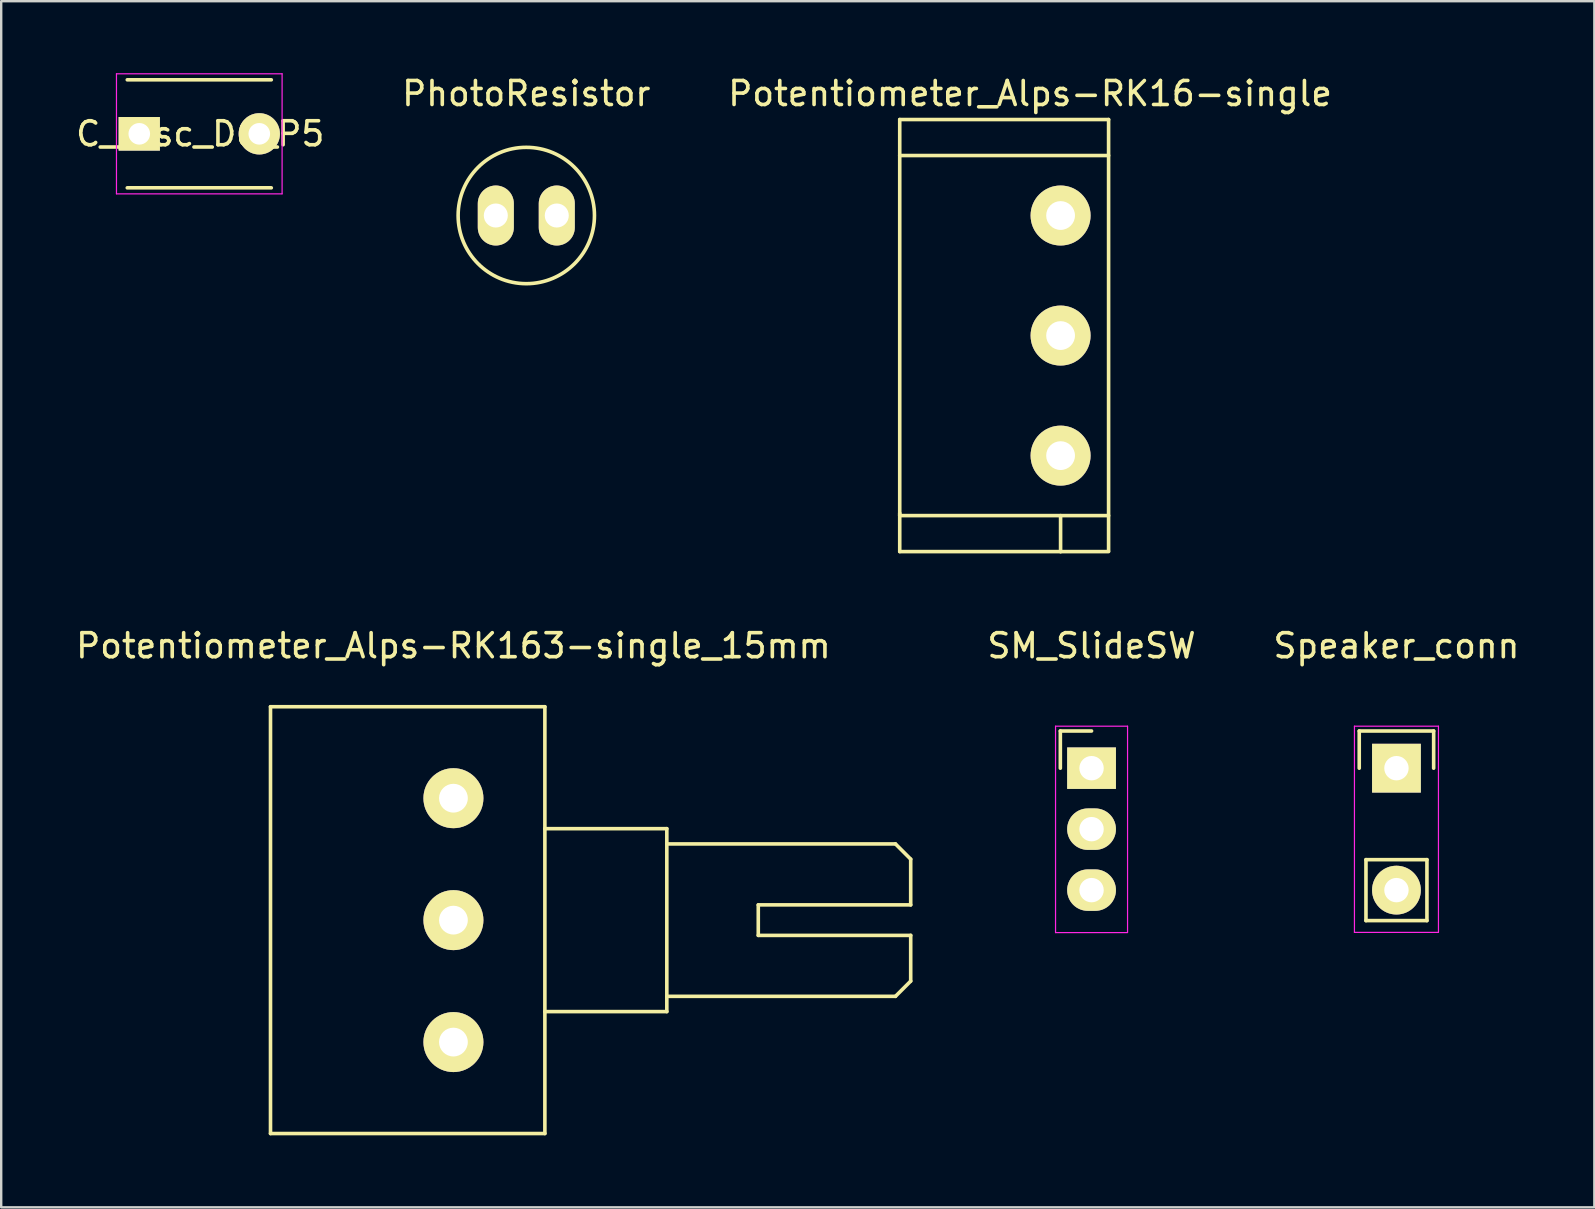
<source format=kicad_pcb>
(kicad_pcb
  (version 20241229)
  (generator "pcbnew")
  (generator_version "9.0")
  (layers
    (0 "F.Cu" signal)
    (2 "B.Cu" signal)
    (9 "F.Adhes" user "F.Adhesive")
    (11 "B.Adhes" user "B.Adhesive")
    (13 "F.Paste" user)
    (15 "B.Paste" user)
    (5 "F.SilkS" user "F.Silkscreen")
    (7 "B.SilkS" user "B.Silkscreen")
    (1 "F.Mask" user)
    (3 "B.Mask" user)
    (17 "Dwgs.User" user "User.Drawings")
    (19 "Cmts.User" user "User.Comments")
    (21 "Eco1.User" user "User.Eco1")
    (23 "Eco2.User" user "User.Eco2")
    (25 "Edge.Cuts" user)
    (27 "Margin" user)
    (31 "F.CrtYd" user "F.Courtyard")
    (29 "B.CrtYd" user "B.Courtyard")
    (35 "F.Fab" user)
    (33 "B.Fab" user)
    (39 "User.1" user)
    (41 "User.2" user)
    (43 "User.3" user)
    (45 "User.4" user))
  (footprint "Potentiometer_Alps-RK163-single_15mm"
    (layer "F.Cu")
    (at 15.839 40.362)
    (property "Reference" "Potentiometer_Alps-RK163-single_15mm" (at 0 -16.51 0) (layer "F.SilkS") (effects (font (size 1 1) (thickness 0.15))))
    (attr through_hole)
    (fp_line (start -7.62 -13.97) (end 3.81 -13.97) (stroke (width 0.15) (type solid)) (layer "F.SilkS"))
    (fp_line (start -7.62 3.81) (end -7.62 -13.97) (stroke (width 0.15) (type solid)) (layer "F.SilkS"))
    (fp_line (start 3.81 -13.97) (end 3.81 3.81) (stroke (width 0.15) (type solid)) (layer "F.SilkS"))
    (fp_line (start 3.81 -8.89) (end 8.89 -8.89) (stroke (width 0.15) (type solid)) (layer "F.SilkS"))
    (fp_line (start 3.81 3.81) (end -7.62 3.81) (stroke (width 0.15) (type solid)) (layer "F.SilkS"))
    (fp_line (start 8.89 -8.89) (end 8.89 -1.27) (stroke (width 0.15) (type solid)) (layer "F.SilkS"))
    (fp_line (start 8.89 -8.255) (end 18.415 -8.255) (stroke (width 0.15) (type solid)) (layer "F.SilkS"))
    (fp_line (start 8.89 -1.27) (end 3.81 -1.27) (stroke (width 0.15) (type solid)) (layer "F.SilkS"))
    (fp_line (start 12.7 -5.715) (end 12.7 -4.445) (stroke (width 0.15) (type solid)) (layer "F.SilkS"))
    (fp_line (start 12.7 -4.445) (end 19.05 -4.445) (stroke (width 0.15) (type solid)) (layer "F.SilkS"))
    (fp_line (start 18.415 -8.255) (end 19.05 -7.62) (stroke (width 0.15) (type solid)) (layer "F.SilkS"))
    (fp_line (start 18.415 -1.905) (end 8.89 -1.905) (stroke (width 0.15) (type solid)) (layer "F.SilkS"))
    (fp_line (start 19.05 -5.715) (end 12.7 -5.715) (stroke (width 0.15) (type solid)) (layer "F.SilkS"))
    (fp_line (start 19.05 -5.715) (end 19.05 -7.62) (stroke (width 0.15) (type solid)) (layer "F.SilkS"))
    (fp_line (start 19.05 -2.54) (end 18.415 -1.905) (stroke (width 0.15) (type solid)) (layer "F.SilkS"))
    (fp_line (start 19.05 -2.54) (end 19.05 -4.445) (stroke (width 0.15) (type solid)) (layer "F.SilkS"))
    (pad "1" thru_hole circle (at 0 0) (size 2.499 2.499) (drill 1.199) (layers "*.Cu" "*.Mask" "F.SilkS"))
    (pad "2" thru_hole circle (at 0 -5.08) (size 2.499 2.499) (drill 1.199) (layers "*.Cu" "*.Mask" "F.SilkS"))
    (pad "3" thru_hole circle (at 0 -10.16) (size 2.499 2.499) (drill 1.199) (layers "*.Cu" "*.Mask" "F.SilkS")))
  (footprint "C_Disc_D6_P5"
    (layer "F.Cu")
    (at 2.752 2.525)
    (property "Reference" "C_Disc_D6_P5" (at 2.54 0 0) (layer "F.SilkS") (effects (font (size 1 1) (thickness 0.15))))
    (attr through_hole)
    (fp_line (start -0.5 -2.25) (end 5.5 -2.25) (stroke (width 0.15) (type solid)) (layer "F.SilkS"))
    (fp_line (start 5.5 2.25) (end -0.5 2.25) (stroke (width 0.15) (type solid)) (layer "F.SilkS"))
    (fp_line (start -0.95 -2.5) (end 5.95 -2.5) (stroke (width 0.05) (type solid)) (layer "F.CrtYd"))
    (fp_line (start -0.95 2.5) (end -0.95 -2.5) (stroke (width 0.05) (type solid)) (layer "F.CrtYd"))
    (fp_line (start 5.95 -2.5) (end 5.95 2.5) (stroke (width 0.05) (type solid)) (layer "F.CrtYd"))
    (fp_line (start 5.95 2.5) (end -0.95 2.5) (stroke (width 0.05) (type solid)) (layer "F.CrtYd"))
    (pad "1" thru_hole rect (at 0 0) (size 1.72 1.4) (drill 0.9) (layers "*.Cu" "*.Mask" "F.SilkS"))
    (pad "2" thru_hole circle (at 5 0) (size 1.72 1.72) (drill 0.9) (layers "*.Cu" "*.Mask" "F.SilkS")))
  (footprint "SM_SlideSW"
    (layer "F.Cu")
    (at 42.423 28.952)
    (property "Reference" "SM_SlideSW" (at 0 -5.1 0) (layer "F.SilkS") (effects (font (size 1 1) (thickness 0.15))))
    (attr through_hole)
    (fp_line (start -1.3 -1.55) (end -1.3 0) (stroke (width 0.15) (type solid)) (layer "F.SilkS"))
    (fp_line (start 0 -1.55) (end -1.3 -1.55) (stroke (width 0.15) (type solid)) (layer "F.SilkS"))
    (fp_line (start -1.5 -1.75) (end -1.5 6.85) (stroke (width 0.05) (type solid)) (layer "F.CrtYd"))
    (fp_line (start -1.5 -1.75) (end 1.5 -1.75) (stroke (width 0.05) (type solid)) (layer "F.CrtYd"))
    (fp_line (start -1.5 6.85) (end 1.5 6.85) (stroke (width 0.05) (type solid)) (layer "F.CrtYd"))
    (fp_line (start 1.5 -1.75) (end 1.5 6.833) (stroke (width 0.05) (type solid)) (layer "F.CrtYd"))
    (pad "1" thru_hole rect (at 0 0) (size 2.032 1.727) (drill 1.016) (layers "*.Cu" "*.Mask" "F.SilkS"))
    (pad "2" thru_hole oval (at 0 2.54) (size 2.032 1.727) (drill 1.016) (layers "*.Cu" "*.Mask" "F.SilkS"))
    (pad "3" thru_hole oval (at 0 5.08) (size 2.032 1.727) (drill 1.016) (layers "*.Cu" "*.Mask" "F.SilkS")))
  (footprint "Speaker_conn"
    (layer "F.Cu")
    (at 55.125 28.952)
    (property "Reference" "Speaker_conn" (at 0 -5.1 0) (layer "F.SilkS") (effects (font (size 1 1) (thickness 0.15))))
    (attr through_hole)
    (fp_line (start -1.55 -1.55) (end 1.55 -1.55) (stroke (width 0.15) (type solid)) (layer "F.SilkS"))
    (fp_line (start -1.55 0) (end -1.55 -1.55) (stroke (width 0.15) (type solid)) (layer "F.SilkS"))
    (fp_line (start -1.27 3.81) (end -1.27 6.35) (stroke (width 0.15) (type solid)) (layer "F.SilkS"))
    (fp_line (start -1.27 6.35) (end 1.27 6.35) (stroke (width 0.15) (type solid)) (layer "F.SilkS"))
    (fp_line (start 1.27 3.81) (end -1.27 3.81) (stroke (width 0.15) (type solid)) (layer "F.SilkS"))
    (fp_line (start 1.27 3.81) (end 1.27 6.35) (stroke (width 0.15) (type solid)) (layer "F.SilkS"))
    (fp_line (start 1.55 -1.55) (end 1.55 0) (stroke (width 0.15) (type solid)) (layer "F.SilkS"))
    (fp_line (start -1.75 -1.75) (end -1.75 6.84) (stroke (width 0.05) (type solid)) (layer "F.CrtYd"))
    (fp_line (start -1.75 -1.75) (end 1.75 -1.75) (stroke (width 0.05) (type solid)) (layer "F.CrtYd"))
    (fp_line (start -1.75 6.84) (end 1.75 6.84) (stroke (width 0.05) (type solid)) (layer "F.CrtYd"))
    (fp_line (start 1.75 -1.75) (end 1.75 6.84) (stroke (width 0.05) (type solid)) (layer "F.CrtYd"))
    (pad "1" thru_hole rect (at 0 0) (size 2.032 2.032) (drill 1.016) (layers "*.Cu" "*.Mask" "F.SilkS"))
    (pad "2" thru_hole oval (at 0 5.08) (size 2.032 2.032) (drill 1.016) (layers "*.Cu" "*.Mask" "F.SilkS")))
  (footprint "Potentiometer_Alps-RK16-single"
    (layer "F.Cu")
    (at 41.133 5.928)
    (property "Reference" "Potentiometer_Alps-RK16-single" (at -1.27 -5.08 0) (layer "F.SilkS") (effects (font (size 1 1) (thickness 0.15))))
    (attr through_hole)
    (fp_line (start -6.701 -3.998) (end -6.701 -2.499) (stroke (width 0.15) (type solid)) (layer "F.SilkS"))
    (fp_line (start -6.701 -2.499) (end -6.701 12.502) (stroke (width 0.15) (type solid)) (layer "F.SilkS"))
    (fp_line (start -6.701 12.502) (end 2 12.502) (stroke (width 0.15) (type solid)) (layer "F.SilkS"))
    (fp_line (start -6.701 14) (end -6.701 12.4) (stroke (width 0.15) (type solid)) (layer "F.SilkS"))
    (fp_line (start 0 14) (end -6.701 14) (stroke (width 0.15) (type solid)) (layer "F.SilkS"))
    (fp_line (start 0 14) (end 0 12.502) (stroke (width 0.15) (type solid)) (layer "F.SilkS"))
    (fp_line (start 2 -3.998) (end -6.701 -3.998) (stroke (width 0.15) (type solid)) (layer "F.SilkS"))
    (fp_line (start 2 -2.499) (end -6.701 -2.499) (stroke (width 0.15) (type solid)) (layer "F.SilkS"))
    (fp_line (start 2 13.97) (end 2 -3.998) (stroke (width 0.15) (type solid)) (layer "F.SilkS"))
    (fp_line (start 2 14) (end 0 14) (stroke (width 0.15) (type solid)) (layer "F.SilkS"))
    (pad "1" thru_hole circle (at 0 0) (size 2.499 2.499) (drill 1.199) (layers "*.Cu" "*.Mask" "F.SilkS"))
    (pad "2" thru_hole circle (at 0 5.001) (size 2.499 2.499) (drill 1.199) (layers "*.Cu" "*.Mask" "F.SilkS"))
    (pad "3" thru_hole circle (at 0 10.003) (size 2.499 2.499) (drill 1.199) (layers "*.Cu" "*.Mask" "F.SilkS")))
  (footprint "PhotoResistor"
    (layer "F.Cu")
    (at 18.875 5.928)
    (property "Reference" "PhotoResistor" (at 0 -5.08 0) (layer "F.SilkS") (effects (font (size 1 1) (thickness 0.15))))
    (attr through_hole)
    (fp_circle (center 0 0) (end -2.54 1.27) (stroke (width 0.15) (type solid)) (fill no) (layer "F.SilkS"))
    (pad "1" thru_hole oval (at -1.27 0 90) (size 2.499 1.501) (drill 1.001) (layers "*.Cu" "*.Mask" "F.SilkS"))
    (pad "2" thru_hole oval (at 1.27 0 90) (size 2.499 1.501) (drill 1.001) (layers "*.Cu" "*.Mask" "F.SilkS")))
  (gr_rect
    (start -3 -3)
    (end 63.369 47.247)
    (stroke (width 0.1) (type default))
    (fill no)
    (layer "Edge.Cuts")))
</source>
